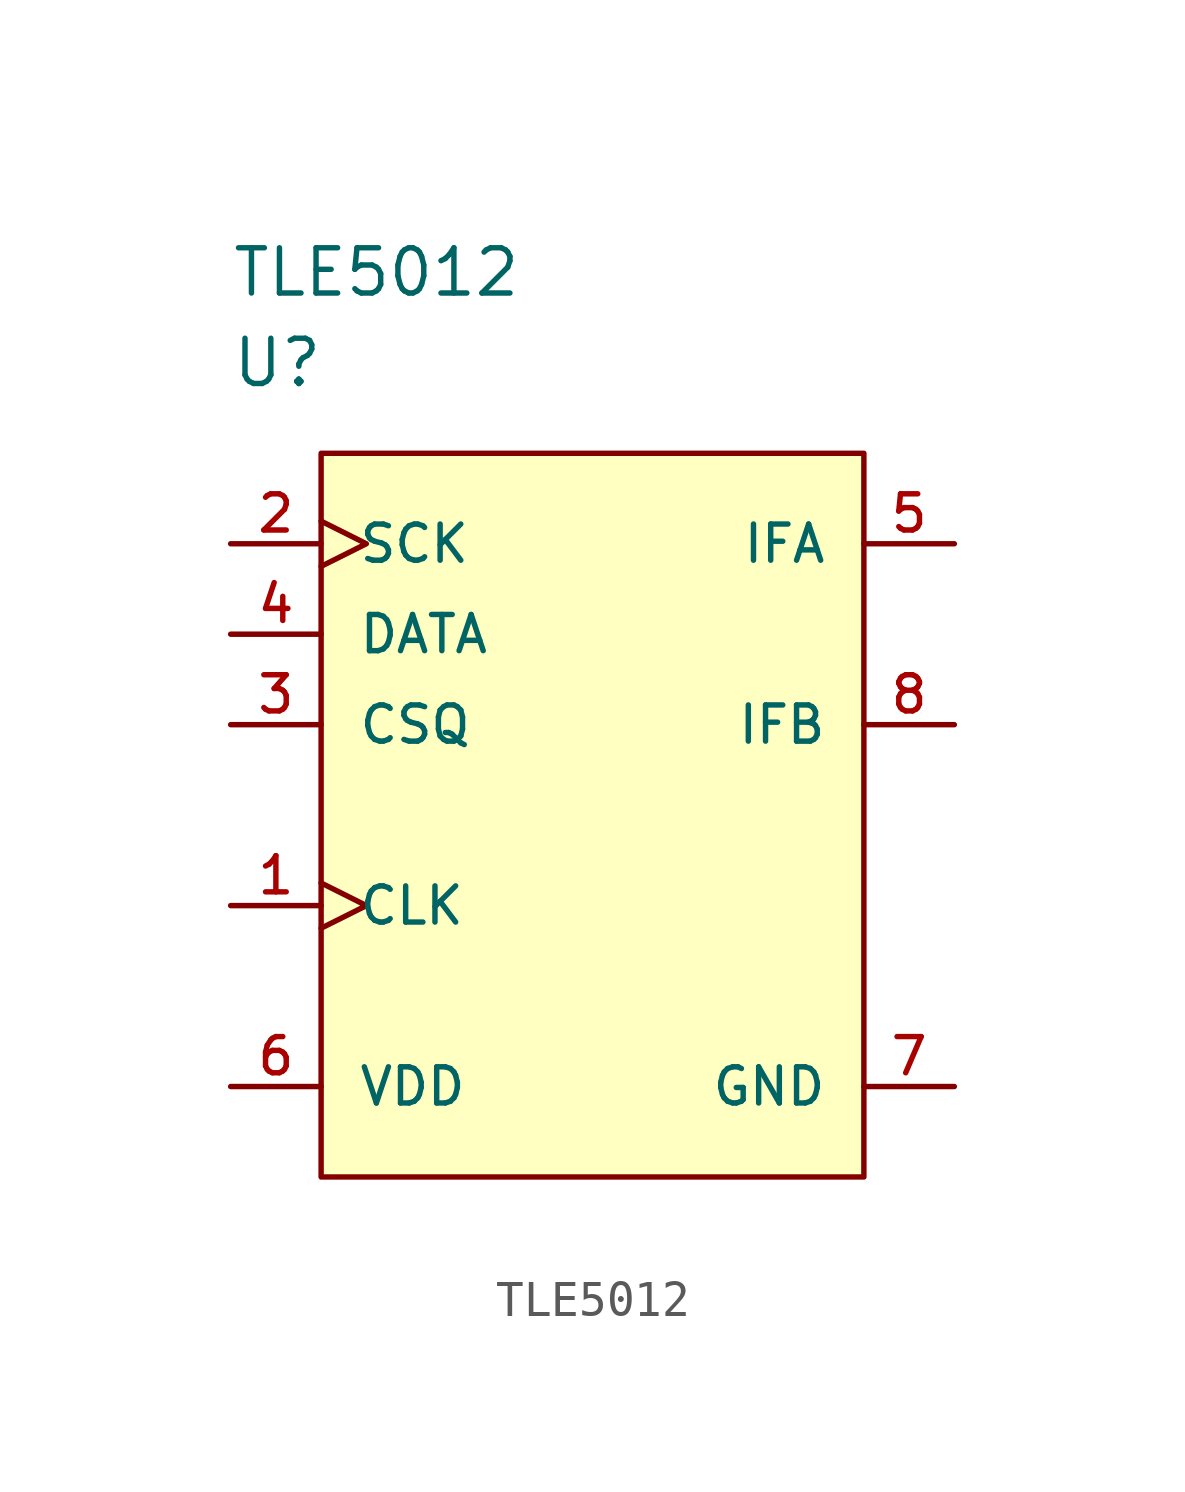
<source format=kicad_sym>
(kicad_symbol_lib
  (version 20211014)
  (generator kicad_symbol_editor)
  (symbol "TLE5012"
    (pin_names
      (offset 1.016))
    (property "Reference" "U"
      (at 0 5.08 0)
      (effects (font (size 1.27 1.27)) (justify left)))
    (property "Value" "TLE5012"
      (at 0 7.62 0)
      (effects (font (size 1.27 1.27)) (justify left)))
    (property "ki_locked" ""
      (at 0 0 0)
      (effects (font (size 1.27 1.27))))
    (symbol "TLE5012_1_1"
      (rectangle (start 2.54 2.54) (end 17.78 -17.78) (stroke (width 0) (type default) (color 0 0 0 0)) (fill (type background)))
      (pin input clock (at 0 -10.16 0) (length 2.54) (name "CLK" (effects (font (size 1.016 1.016)))) (number "1" (effects (font (size 1.016 1.016)))))
      (pin input clock (at 0 0 0) (length 2.54) (name "SCK" (effects (font (size 1.016 1.016)))) (number "2" (effects (font (size 1.016 1.016)))))
      (pin input line (at 0 -5.08 0) (length 2.54) (name "CSQ" (effects (font (size 1.016 1.016)))) (number "3" (effects (font (size 1.016 1.016)))))
      (pin bidirectional line (at 0 -2.54 0) (length 2.54) (name "DATA" (effects (font (size 1.016 1.016)))) (number "4" (effects (font (size 1.016 1.016)))))
      (pin open_collector line (at 20.32 0 180) (length 2.54) (name "IFA" (effects (font (size 1.016 1.016)))) (number "5" (effects (font (size 1.016 1.016)))))
      (pin power_in line (at 0 -15.24 0) (length 2.54) (name "VDD" (effects (font (size 1.016 1.016)))) (number "6" (effects (font (size 1.016 1.016)))))
      (pin power_in line (at 20.32 -15.24 180) (length 2.54) (name "GND" (effects (font (size 1.016 1.016)))) (number "7" (effects (font (size 1.016 1.016)))))
      (pin open_collector line (at 20.32 -5.08 180) (length 2.54) (name "IFB" (effects (font (size 1.016 1.016)))) (number "8" (effects (font (size 1.016 1.016))))))))
</source>
